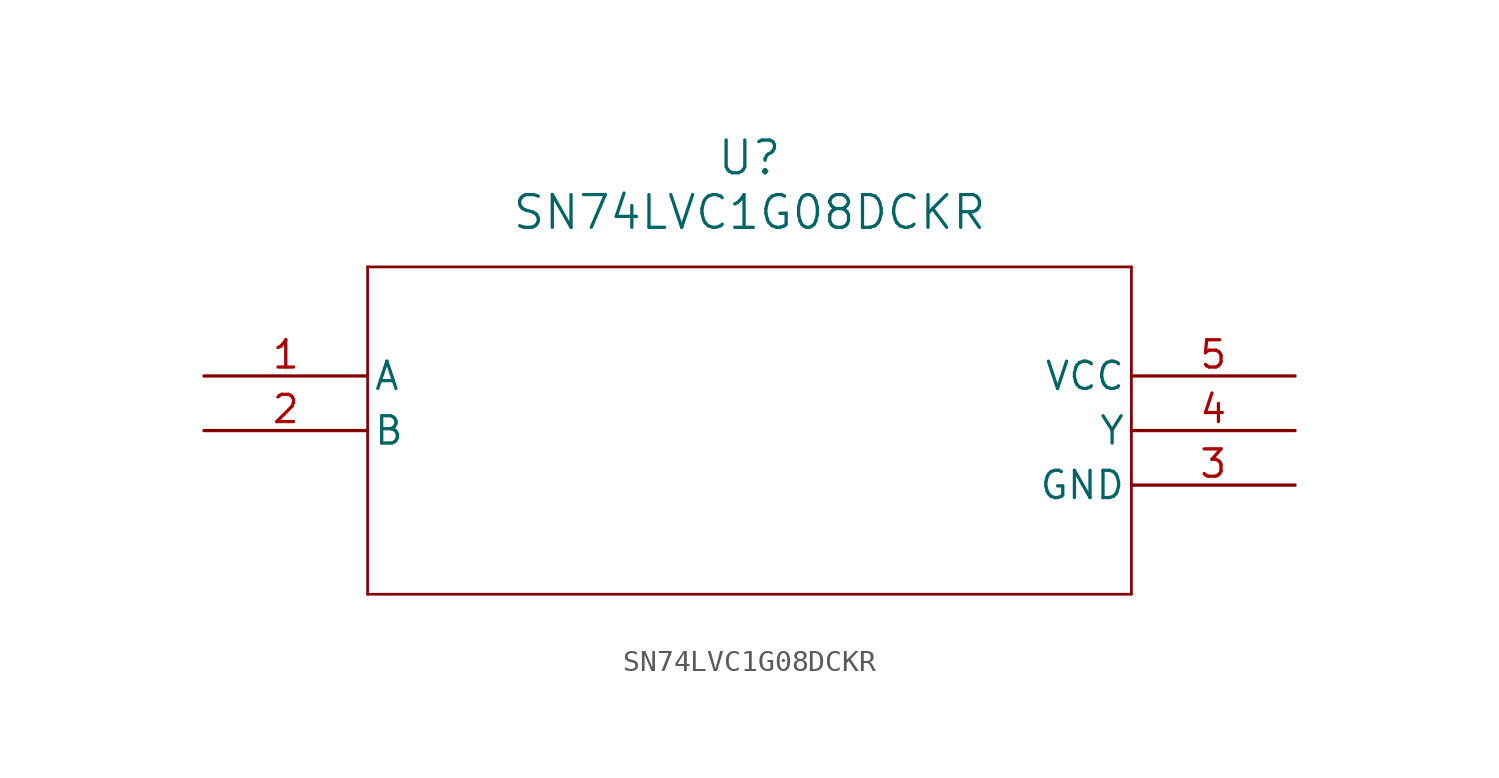
<source format=kicad_sym>
(kicad_symbol_lib
  (version 20241209)
  (generator "kicad_symbol_editor")
  (generator_version "9.0")
  (symbol "SN74LVC1G08DCKR"
    (pin_names
      (offset 0.254))
    (property "Reference" "U"
      (at 25.4 10.16 0)
      (effects (font (size 1.524 1.524))))
    (property "Value" "SN74LVC1G08DCKR"
      (at 25.4 7.62 0)
      (effects (font (size 1.524 1.524))))
    (symbol "SN74LVC1G08DCKR_0_1"
      (polyline (pts (xy 7.62 5.08) (xy 7.62 -10.16)) (stroke (width 0.127) (type default)) (fill (type none)))
      (polyline (pts (xy 7.62 -10.16) (xy 43.18 -10.16)) (stroke (width 0.127) (type default)) (fill (type none)))
      (polyline (pts (xy 43.18 5.08) (xy 7.62 5.08)) (stroke (width 0.127) (type default)) (fill (type none)))
      (polyline (pts (xy 43.18 -10.16) (xy 43.18 5.08)) (stroke (width 0.127) (type default)) (fill (type none)))
      (pin input line (at 0 0 0) (length 7.62) (name "A" (effects (font (size 1.27 1.27)))) (number "1" (effects (font (size 1.27 1.27)))))
      (pin input line (at 0 -2.54 0) (length 7.62) (name "B" (effects (font (size 1.27 1.27)))) (number "2" (effects (font (size 1.27 1.27)))))
      (pin power_in line (at 50.8 0 180) (length 7.62) (name "VCC" (effects (font (size 1.27 1.27)))) (number "5" (effects (font (size 1.27 1.27)))))
      (pin output line (at 50.8 -2.54 180) (length 7.62) (name "Y" (effects (font (size 1.27 1.27)))) (number "4" (effects (font (size 1.27 1.27)))))
      (pin power_in line (at 50.8 -5.08 180) (length 7.62) (name "GND" (effects (font (size 1.27 1.27)))) (number "3" (effects (font (size 1.27 1.27))))))))
</source>
